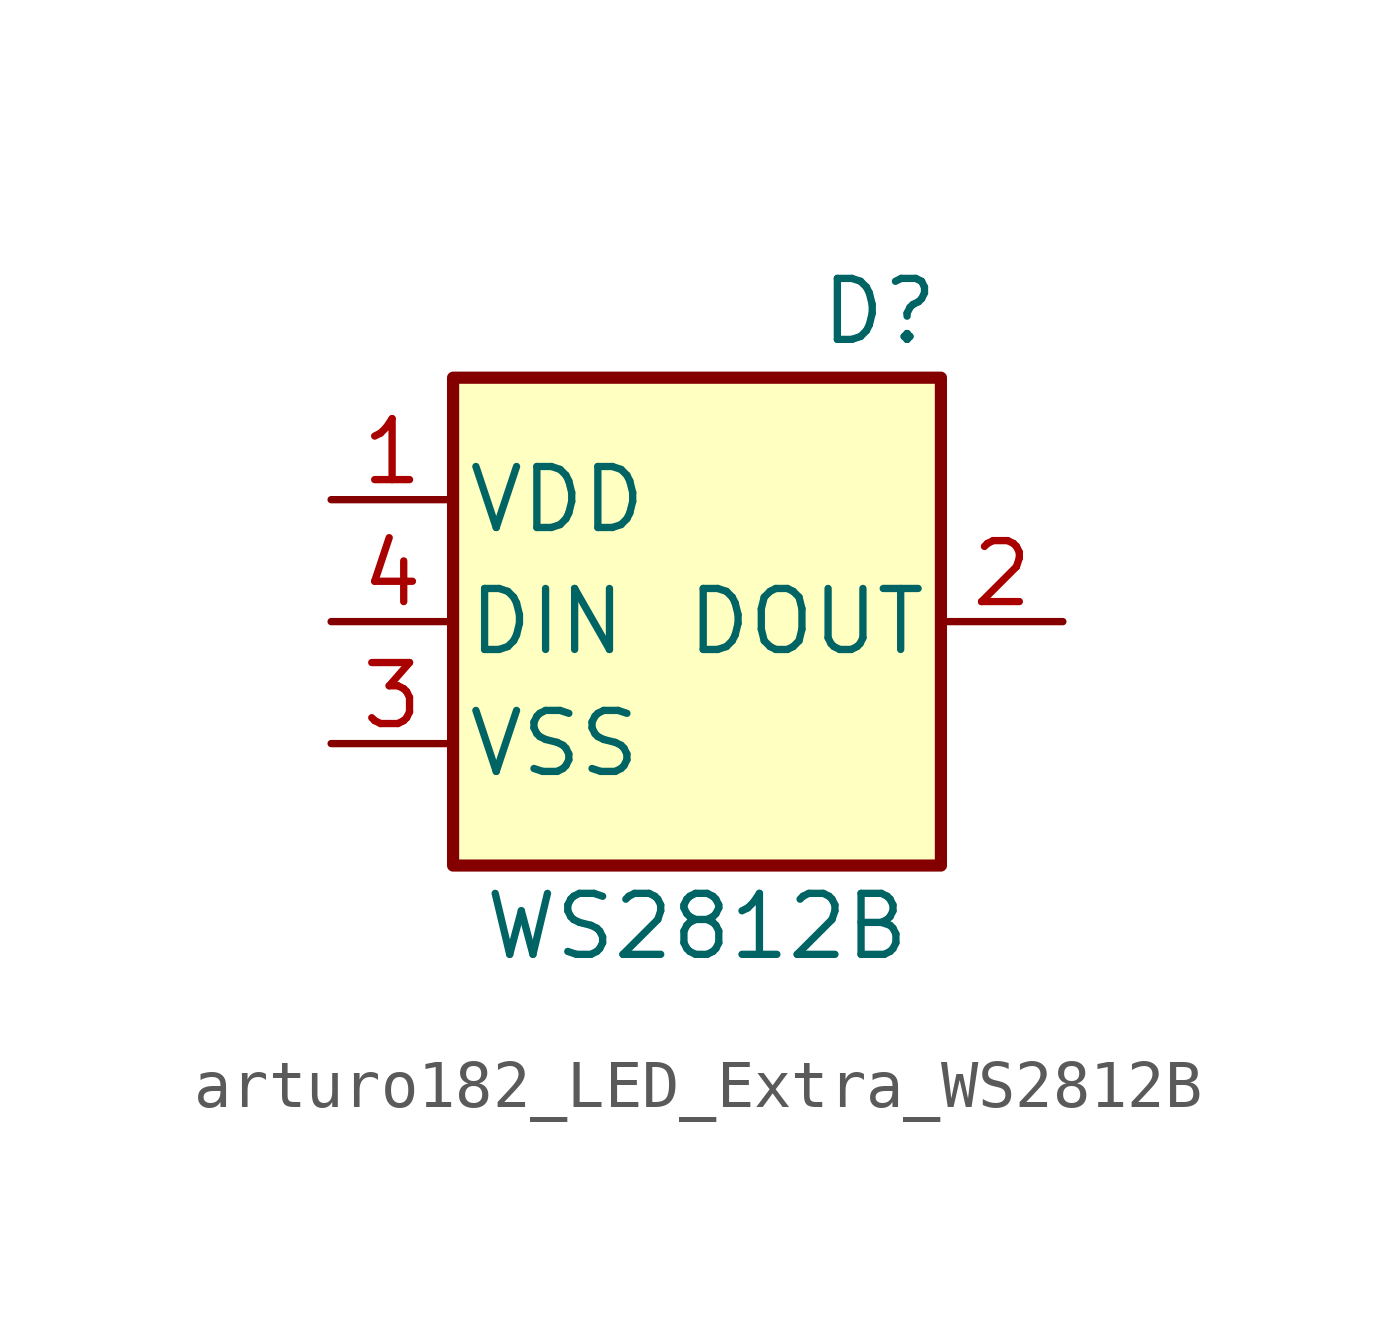
<source format=kicad_sym>
(kicad_symbol_lib
  (version 20220914)
  (generator kicad_symbol_editor)
  (symbol "arturo182_LED_Extra_WS2812B"
    (pin_names
      (offset 0.254))
    (property "Reference" "D"
      (at 5.08 5.715 0)
      (effects (font (size 1.27 1.27)) (justify right bottom)))
    (property "Value" "WS2812B"
      (at 0 -6.35 0)
      (effects (font (size 1.27 1.27))))
    (symbol "arturo182_LED_Extra_WS2812B_0_1"
      (rectangle (start 5.08 5.08) (end -5.08 -5.08) (stroke (width 0.254) (type default)) (fill (type background))))
    (symbol "arturo182_LED_Extra_WS2812B_1_1"
      (pin power_in line (at -7.62 2.54 0) (length 2.54) (name "VDD" (effects (font (size 1.27 1.27)))) (number "1" (effects (font (size 1.27 1.27)))))
      (pin output line (at 7.62 0 180) (length 2.54) (name "DOUT" (effects (font (size 1.27 1.27)))) (number "2" (effects (font (size 1.27 1.27)))))
      (pin power_in line (at -7.62 -2.54 0) (length 2.54) (name "VSS" (effects (font (size 1.27 1.27)))) (number "3" (effects (font (size 1.27 1.27)))))
      (pin input line (at -7.62 0 0) (length 2.54) (name "DIN" (effects (font (size 1.27 1.27)))) (number "4" (effects (font (size 1.27 1.27))))))))
</source>
